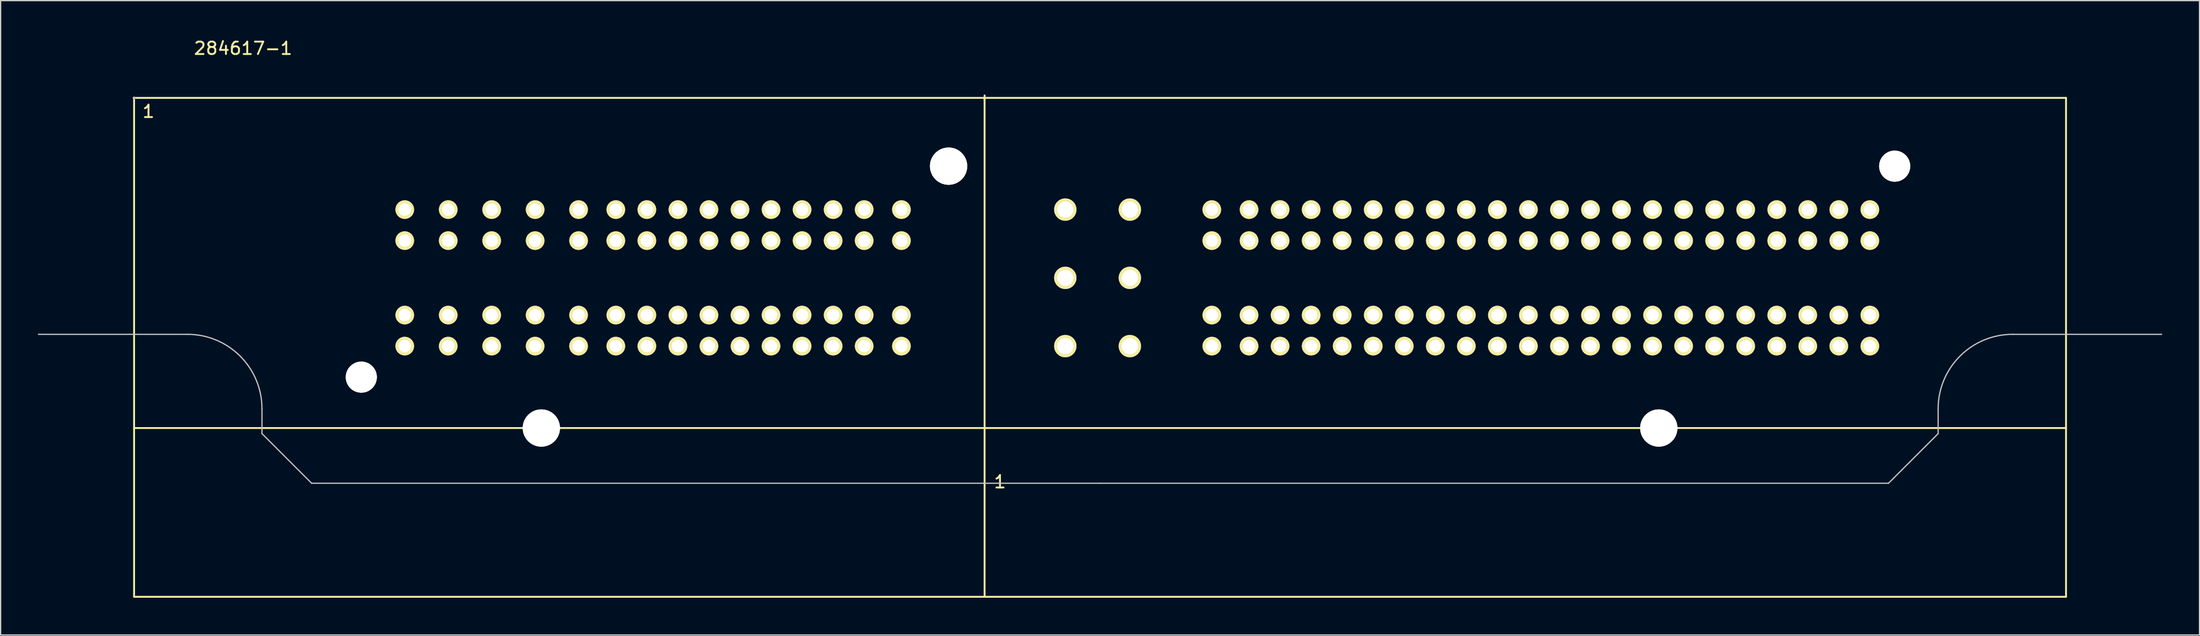
<source format=kicad_pcb>
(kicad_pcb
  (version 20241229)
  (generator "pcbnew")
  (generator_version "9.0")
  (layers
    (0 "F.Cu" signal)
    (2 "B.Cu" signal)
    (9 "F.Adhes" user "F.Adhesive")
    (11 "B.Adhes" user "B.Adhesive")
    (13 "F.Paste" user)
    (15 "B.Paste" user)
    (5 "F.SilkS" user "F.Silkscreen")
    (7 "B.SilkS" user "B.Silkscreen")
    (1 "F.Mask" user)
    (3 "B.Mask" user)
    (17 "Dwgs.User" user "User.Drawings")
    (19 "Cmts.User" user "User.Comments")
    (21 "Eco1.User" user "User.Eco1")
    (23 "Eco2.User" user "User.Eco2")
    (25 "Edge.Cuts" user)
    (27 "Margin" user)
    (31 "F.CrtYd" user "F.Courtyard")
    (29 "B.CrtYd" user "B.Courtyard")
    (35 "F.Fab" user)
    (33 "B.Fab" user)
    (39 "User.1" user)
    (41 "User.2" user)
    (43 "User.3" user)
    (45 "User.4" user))
  (footprint "284617-1"
    (layer "F.Cu")
    (at 7.75 4.838)
    (property "Reference" "284617-1" (at 8.78 -3.99 0) (layer "F.SilkS") (effects (font (size 1 1) (thickness 0.15))))
    (attr through_hole)
    (fp_line (start 0 0) (end 0 40.2) (stroke (width 0.15) (type solid)) (layer "F.SilkS"))
    (fp_line (start 0 0) (end 155.6 0) (stroke (width 0.15) (type solid)) (layer "F.SilkS"))
    (fp_line (start 0 26.6) (end 155.6 26.6) (stroke (width 0.15) (type solid)) (layer "F.SilkS"))
    (fp_line (start 0 40.2) (end 155.6 40.2) (stroke (width 0.15) (type solid)) (layer "F.SilkS"))
    (fp_line (start 68.5 -0.2) (end 68.5 0.2) (stroke (width 0.15) (type solid)) (layer "F.SilkS"))
    (fp_line (start 68.5 0) (end 68.5 40.2) (stroke (width 0.15) (type solid)) (layer "F.SilkS"))
    (fp_line (start 155.6 40.2) (end 155.6 0) (stroke (width 0.15) (type solid)) (layer "F.SilkS"))
    (fp_line (start 0 0) (end 0 0) (stroke (width 0.1) (type solid)) (layer "B.SilkS"))
    (fp_line (start 0 0) (end 0 0) (stroke (width 0.1) (type solid)) (layer "B.SilkS"))
    (fp_line (start 0 0) (end 0 0) (stroke (width 0.1) (type solid)) (layer "B.SilkS"))
    (fp_line (start 0 0) (end 0 0) (stroke (width 0.1) (type solid)) (layer "B.SilkS"))
    (fp_line (start 0 0) (end 0 0) (stroke (width 0.1) (type solid)) (layer "B.SilkS"))
    (fp_line (start 0 0) (end 0 0) (stroke (width 0.1) (type solid)) (layer "B.SilkS"))
    (fp_line (start 0 0) (end 0 0) (stroke (width 0.1) (type solid)) (layer "B.SilkS"))
    (fp_line (start 0 0) (end 0 0) (stroke (width 0.1) (type solid)) (layer "B.SilkS"))
    (fp_line (start 0 0) (end 0 0) (stroke (width 0.1) (type solid)) (layer "B.SilkS"))
    (fp_line (start 0 0) (end 0 0) (stroke (width 0.1) (type solid)) (layer "B.SilkS"))
    (fp_line (start 0 0) (end 0 0) (stroke (width 0.1) (type solid)) (layer "B.SilkS"))
    (fp_line (start 0 0) (end 0 0) (stroke (width 0.1) (type solid)) (layer "B.SilkS"))
    (fp_line (start 0 0) (end 0 0) (stroke (width 0.1) (type solid)) (layer "B.SilkS"))
    (fp_line (start 0 0) (end 0 0) (stroke (width 0.1) (type solid)) (layer "B.SilkS"))
    (fp_line (start 0 0) (end 0 0) (stroke (width 0.1) (type solid)) (layer "B.SilkS"))
    (fp_line (start 0 0) (end 0 0) (stroke (width 0.1) (type solid)) (layer "B.SilkS"))
    (fp_arc (start 0 0) (mid 0 0) (end 0 0) (stroke (width 0.1) (type solid)) (layer "B.SilkS"))
    (fp_arc (start 0 0) (mid 0 0) (end 0 0) (stroke (width 0.1) (type solid)) (layer "B.SilkS"))
    (fp_arc (start 0 0) (mid 0 0) (end 0 0) (stroke (width 0.1) (type solid)) (layer "B.SilkS"))
    (fp_arc (start 0 0) (mid 0 0) (end 0 0) (stroke (width 0.1) (type solid)) (layer "B.SilkS"))
    (fp_line (start -7.7 19.05) (end 4.3 19.05) (stroke (width 0.1) (type solid)) (layer "Dwgs.User"))
    (fp_line (start 0 0) (end 0 0) (stroke (width 0.1) (type solid)) (layer "Dwgs.User"))
    (fp_line (start 0 0) (end 0 0) (stroke (width 0.1) (type solid)) (layer "Dwgs.User"))
    (fp_line (start 0 0) (end 0 0) (stroke (width 0.1) (type solid)) (layer "Dwgs.User"))
    (fp_line (start 0 0) (end 0 0) (stroke (width 0.1) (type solid)) (layer "Dwgs.User"))
    (fp_line (start 0 0) (end 0 0) (stroke (width 0.1) (type solid)) (layer "Dwgs.User"))
    (fp_line (start 0 0) (end 0 0) (stroke (width 0.1) (type solid)) (layer "Dwgs.User"))
    (fp_line (start 0 0) (end 0 0) (stroke (width 0.1) (type solid)) (layer "Dwgs.User"))
    (fp_line (start 0 0) (end 0 0) (stroke (width 0.1) (type solid)) (layer "Dwgs.User"))
    (fp_line (start 0 0) (end 0 0) (stroke (width 0.1) (type solid)) (layer "Dwgs.User"))
    (fp_line (start 0 0) (end 0 0) (stroke (width 0.1) (type solid)) (layer "Dwgs.User"))
    (fp_line (start 0 0) (end 0 0) (stroke (width 0.1) (type solid)) (layer "Dwgs.User"))
    (fp_line (start 0 0) (end 0 0) (stroke (width 0.1) (type solid)) (layer "Dwgs.User"))
    (fp_line (start 0 0) (end 0 0) (stroke (width 0.1) (type solid)) (layer "Dwgs.User"))
    (fp_line (start 0 0) (end 0 0) (stroke (width 0.1) (type solid)) (layer "Dwgs.User"))
    (fp_line (start 0 0) (end 0 0) (stroke (width 0.1) (type solid)) (layer "Dwgs.User"))
    (fp_line (start 0 0) (end 0 0) (stroke (width 0.1) (type solid)) (layer "Dwgs.User"))
    (fp_line (start 10.3 25.05) (end 10.3 27.05) (stroke (width 0.1) (type solid)) (layer "Dwgs.User"))
    (fp_line (start 10.3 27.05) (end 14.3 31.05) (stroke (width 0.1) (type solid)) (layer "Dwgs.User"))
    (fp_line (start 14.3 31.05) (end 77.8 31.05) (stroke (width 0.1) (type solid)) (layer "Dwgs.User"))
    (fp_line (start 141.3 31.05) (end 77.8 31.05) (stroke (width 0.1) (type solid)) (layer "Dwgs.User"))
    (fp_line (start 145.3 25.05) (end 145.3 27.05) (stroke (width 0.1) (type solid)) (layer "Dwgs.User"))
    (fp_line (start 145.3 27.05) (end 141.3 31.05) (stroke (width 0.1) (type solid)) (layer "Dwgs.User"))
    (fp_line (start 163.3 19.05) (end 151.3 19.05) (stroke (width 0.1) (type solid)) (layer "Dwgs.User"))
    (fp_arc (start 0 0) (mid 0 0) (end 0 0) (stroke (width 0.1) (type solid)) (layer "Dwgs.User"))
    (fp_arc (start 0 0) (mid 0 0) (end 0 0) (stroke (width 0.1) (type solid)) (layer "Dwgs.User"))
    (fp_arc (start 0 0) (mid 0 0) (end 0 0) (stroke (width 0.1) (type solid)) (layer "Dwgs.User"))
    (fp_arc (start 0 0) (mid 0 0) (end 0 0) (stroke (width 0.1) (type solid)) (layer "Dwgs.User"))
    (fp_arc (start 4.310472 19.050009) (mid 8.546342 20.811063) (end 10.3 25.05) (stroke (width 0.1) (type solid)) (layer "Dwgs.User"))
    (fp_arc (start 145.3 25.05) (mid 147.057359 20.807359) (end 151.3 19.05) (stroke (width 0.1) (type solid)) (layer "Dwgs.User"))
    (fp_text user "1" (at 1.16 1.09 0) (layer "F.SilkS") (effects (font (size 1 1) (thickness 0.15))))
    (fp_text user "1" (at 69.74 30.935 0) (layer "F.SilkS") (effects (font (size 1 1) (thickness 0.15))))
    (pad "" thru_hole circle (at 18.3 22.5) (size 2.5 2.5) (drill 2.5) (layers "*.Cu" "*.Mask" "F.SilkS"))
    (pad "" thru_hole circle (at 32.8 26.6) (size 3 3) (drill 3) (layers "*.Cu" "*.Mask" "F.SilkS"))
    (pad "" thru_hole circle (at 65.6 5.5) (size 3 3) (drill 3) (layers "*.Cu" "*.Mask" "F.SilkS"))
    (pad "" thru_hole circle (at 122.8 26.6) (size 3 3) (drill 3) (layers "*.Cu" "*.Mask" "F.SilkS"))
    (pad "" thru_hole circle (at 141.8 5.5) (size 2.5 2.5) (drill 2.5) (layers "*.Cu" "*.Mask" "F.SilkS"))
    (pad "1" thru_hole circle (at 21.8 20) (size 1.5 1.5) (drill 1) (layers "*.Cu" "*.Mask" "F.SilkS"))
    (pad "2" thru_hole circle (at 25.3 20) (size 1.5 1.5) (drill 1) (layers "*.Cu" "*.Mask" "F.SilkS"))
    (pad "3" thru_hole circle (at 28.8 20) (size 1.5 1.5) (drill 1) (layers "*.Cu" "*.Mask" "F.SilkS"))
    (pad "4" thru_hole circle (at 32.3 20) (size 1.5 1.5) (drill 1) (layers "*.Cu" "*.Mask" "F.SilkS"))
    (pad "5" thru_hole circle (at 35.8 20) (size 1.5 1.5) (drill 1) (layers "*.Cu" "*.Mask" "F.SilkS"))
    (pad "6" thru_hole circle (at 38.8 20) (size 1.5 1.5) (drill 1) (layers "*.Cu" "*.Mask" "F.SilkS"))
    (pad "7" thru_hole circle (at 41.3 20) (size 1.5 1.5) (drill 1) (layers "*.Cu" "*.Mask" "F.SilkS"))
    (pad "8" thru_hole circle (at 43.8 20) (size 1.5 1.5) (drill 1) (layers "*.Cu" "*.Mask" "F.SilkS"))
    (pad "9" thru_hole circle (at 46.3 20) (size 1.5 1.5) (drill 1) (layers "*.Cu" "*.Mask" "F.SilkS"))
    (pad "10" thru_hole circle (at 48.8 20) (size 1.5 1.5) (drill 1) (layers "*.Cu" "*.Mask" "F.SilkS"))
    (pad "11" thru_hole circle (at 51.3 20) (size 1.5 1.5) (drill 1) (layers "*.Cu" "*.Mask" "F.SilkS"))
    (pad "12" thru_hole circle (at 53.8 20) (size 1.5 1.5) (drill 1) (layers "*.Cu" "*.Mask" "F.SilkS"))
    (pad "13" thru_hole circle (at 56.3 20) (size 1.5 1.5) (drill 1) (layers "*.Cu" "*.Mask" "F.SilkS"))
    (pad "14" thru_hole circle (at 58.8 20) (size 1.5 1.5) (drill 1) (layers "*.Cu" "*.Mask" "F.SilkS"))
    (pad "15" thru_hole circle (at 61.8 20) (size 1.5 1.5) (drill 1) (layers "*.Cu" "*.Mask" "F.SilkS"))
    (pad "16" thru_hole circle (at 21.8 17.5) (size 1.5 1.5) (drill 1) (layers "*.Cu" "*.Mask" "F.SilkS"))
    (pad "17" thru_hole circle (at 25.3 17.5) (size 1.5 1.5) (drill 1) (layers "*.Cu" "*.Mask" "F.SilkS"))
    (pad "18" thru_hole circle (at 28.8 17.5) (size 1.5 1.5) (drill 1) (layers "*.Cu" "*.Mask" "F.SilkS"))
    (pad "19" thru_hole circle (at 32.3 17.5) (size 1.5 1.5) (drill 1) (layers "*.Cu" "*.Mask" "F.SilkS"))
    (pad "20" thru_hole circle (at 35.8 17.5) (size 1.5 1.5) (drill 1) (layers "*.Cu" "*.Mask" "F.SilkS"))
    (pad "21" thru_hole circle (at 38.8 17.5) (size 1.5 1.5) (drill 1) (layers "*.Cu" "*.Mask" "F.SilkS"))
    (pad "22" thru_hole circle (at 41.3 17.5) (size 1.5 1.5) (drill 1) (layers "*.Cu" "*.Mask" "F.SilkS"))
    (pad "23" thru_hole circle (at 43.8 17.5) (size 1.5 1.5) (drill 1) (layers "*.Cu" "*.Mask" "F.SilkS"))
    (pad "24" thru_hole circle (at 46.3 17.5) (size 1.5 1.5) (drill 1) (layers "*.Cu" "*.Mask" "F.SilkS"))
    (pad "25" thru_hole circle (at 48.8 17.5) (size 1.5 1.5) (drill 1) (layers "*.Cu" "*.Mask" "F.SilkS"))
    (pad "26" thru_hole circle (at 51.3 17.5) (size 1.5 1.5) (drill 1) (layers "*.Cu" "*.Mask" "F.SilkS"))
    (pad "27" thru_hole circle (at 53.8 17.5) (size 1.5 1.5) (drill 1) (layers "*.Cu" "*.Mask" "F.SilkS"))
    (pad "28" thru_hole circle (at 56.3 17.5) (size 1.5 1.5) (drill 1) (layers "*.Cu" "*.Mask" "F.SilkS"))
    (pad "29" thru_hole circle (at 58.8 17.5) (size 1.5 1.5) (drill 1) (layers "*.Cu" "*.Mask" "F.SilkS"))
    (pad "30" thru_hole circle (at 61.8 17.5) (size 1.5 1.5) (drill 1) (layers "*.Cu" "*.Mask" "F.SilkS"))
    (pad "31" thru_hole circle (at 21.8 11.5) (size 1.5 1.5) (drill 1) (layers "*.Cu" "*.Mask" "F.SilkS"))
    (pad "32" thru_hole circle (at 25.3 11.5) (size 1.5 1.5) (drill 1) (layers "*.Cu" "*.Mask" "F.SilkS"))
    (pad "33" thru_hole circle (at 28.8 11.5) (size 1.5 1.5) (drill 1) (layers "*.Cu" "*.Mask" "F.SilkS"))
    (pad "34" thru_hole circle (at 32.3 11.5) (size 1.5 1.5) (drill 1) (layers "*.Cu" "*.Mask" "F.SilkS"))
    (pad "35" thru_hole circle (at 35.8 11.5) (size 1.5 1.5) (drill 1) (layers "*.Cu" "*.Mask" "F.SilkS"))
    (pad "36" thru_hole circle (at 38.8 11.5) (size 1.5 1.5) (drill 1) (layers "*.Cu" "*.Mask" "F.SilkS"))
    (pad "37" thru_hole circle (at 41.3 11.5) (size 1.5 1.5) (drill 1) (layers "*.Cu" "*.Mask" "F.SilkS"))
    (pad "38" thru_hole circle (at 43.8 11.5) (size 1.5 1.5) (drill 1) (layers "*.Cu" "*.Mask" "F.SilkS"))
    (pad "39" thru_hole circle (at 46.3 11.5) (size 1.5 1.5) (drill 1) (layers "*.Cu" "*.Mask" "F.SilkS"))
    (pad "40" thru_hole circle (at 48.8 11.5) (size 1.5 1.5) (drill 1) (layers "*.Cu" "*.Mask" "F.SilkS"))
    (pad "41" thru_hole circle (at 51.3 11.5) (size 1.5 1.5) (drill 1) (layers "*.Cu" "*.Mask" "F.SilkS"))
    (pad "42" thru_hole circle (at 53.8 11.5) (size 1.5 1.5) (drill 1) (layers "*.Cu" "*.Mask" "F.SilkS"))
    (pad "43" thru_hole circle (at 56.3 11.5) (size 1.5 1.5) (drill 1) (layers "*.Cu" "*.Mask" "F.SilkS"))
    (pad "44" thru_hole circle (at 58.8 11.5) (size 1.5 1.5) (drill 1) (layers "*.Cu" "*.Mask" "F.SilkS"))
    (pad "45" thru_hole circle (at 61.8 11.5) (size 1.5 1.5) (drill 1) (layers "*.Cu" "*.Mask" "F.SilkS"))
    (pad "46" thru_hole circle (at 21.8 9) (size 1.5 1.5) (drill 1) (layers "*.Cu" "*.Mask" "F.SilkS"))
    (pad "47" thru_hole circle (at 25.3 9) (size 1.5 1.5) (drill 1) (layers "*.Cu" "*.Mask" "F.SilkS"))
    (pad "48" thru_hole circle (at 28.8 9) (size 1.5 1.5) (drill 1) (layers "*.Cu" "*.Mask" "F.SilkS"))
    (pad "49" thru_hole circle (at 32.3 9) (size 1.5 1.5) (drill 1) (layers "*.Cu" "*.Mask" "F.SilkS"))
    (pad "50" thru_hole circle (at 35.8 9) (size 1.5 1.5) (drill 1) (layers "*.Cu" "*.Mask" "F.SilkS"))
    (pad "51" thru_hole circle (at 38.8 9) (size 1.5 1.5) (drill 1) (layers "*.Cu" "*.Mask" "F.SilkS"))
    (pad "52" thru_hole circle (at 41.3 9) (size 1.5 1.5) (drill 1) (layers "*.Cu" "*.Mask" "F.SilkS"))
    (pad "53" thru_hole circle (at 43.8 9) (size 1.5 1.5) (drill 1) (layers "*.Cu" "*.Mask" "F.SilkS"))
    (pad "54" thru_hole circle (at 46.3 9) (size 1.5 1.5) (drill 1) (layers "*.Cu" "*.Mask" "F.SilkS"))
    (pad "55" thru_hole circle (at 48.8 9) (size 1.5 1.5) (drill 1) (layers "*.Cu" "*.Mask" "F.SilkS"))
    (pad "56" thru_hole circle (at 51.3 9) (size 1.5 1.5) (drill 1) (layers "*.Cu" "*.Mask" "F.SilkS"))
    (pad "57" thru_hole circle (at 53.8 9) (size 1.5 1.5) (drill 1) (layers "*.Cu" "*.Mask" "F.SilkS"))
    (pad "58" thru_hole circle (at 56.3 9) (size 1.5 1.5) (drill 1) (layers "*.Cu" "*.Mask" "F.SilkS"))
    (pad "59" thru_hole circle (at 58.8 9) (size 1.5 1.5) (drill 1) (layers "*.Cu" "*.Mask" "F.SilkS"))
    (pad "60" thru_hole circle (at 61.8 9) (size 1.5 1.5) (drill 1) (layers "*.Cu" "*.Mask" "F.SilkS"))
    (pad "61" thru_hole circle (at 75 20) (size 1.8 1.8) (drill 1.3) (layers "*.Cu" "*.Mask" "F.SilkS"))
    (pad "62" thru_hole circle (at 80.2 20) (size 1.8 1.8) (drill 1.3) (layers "*.Cu" "*.Mask" "F.SilkS"))
    (pad "63" thru_hole circle (at 75 14.5) (size 1.8 1.8) (drill 1.3) (layers "*.Cu" "*.Mask" "F.SilkS"))
    (pad "64" thru_hole circle (at 80.2 14.5) (size 1.8 1.8) (drill 1.3) (layers "*.Cu" "*.Mask" "F.SilkS"))
    (pad "65" thru_hole circle (at 75 9) (size 1.8 1.8) (drill 1.3) (layers "*.Cu" "*.Mask" "F.SilkS"))
    (pad "66" thru_hole circle (at 80.2 9) (size 1.8 1.8) (drill 1.3) (layers "*.Cu" "*.Mask" "F.SilkS"))
    (pad "67" thru_hole circle (at 86.8 20) (size 1.5 1.5) (drill 1) (layers "*.Cu" "*.Mask" "F.SilkS"))
    (pad "68" thru_hole circle (at 89.8 20) (size 1.5 1.5) (drill 1) (layers "*.Cu" "*.Mask" "F.SilkS"))
    (pad "69" thru_hole circle (at 92.3 20) (size 1.5 1.5) (drill 1) (layers "*.Cu" "*.Mask" "F.SilkS"))
    (pad "70" thru_hole circle (at 94.8 20) (size 1.5 1.5) (drill 1) (layers "*.Cu" "*.Mask" "F.SilkS"))
    (pad "71" thru_hole circle (at 97.3 20) (size 1.5 1.5) (drill 1) (layers "*.Cu" "*.Mask" "F.SilkS"))
    (pad "72" thru_hole circle (at 99.8 20) (size 1.5 1.5) (drill 1) (layers "*.Cu" "*.Mask" "F.SilkS"))
    (pad "73" thru_hole circle (at 102.3 20) (size 1.5 1.5) (drill 1) (layers "*.Cu" "*.Mask" "F.SilkS"))
    (pad "74" thru_hole circle (at 104.8 20) (size 1.5 1.5) (drill 1) (layers "*.Cu" "*.Mask" "F.SilkS"))
    (pad "75" thru_hole circle (at 107.3 20) (size 1.5 1.5) (drill 1) (layers "*.Cu" "*.Mask" "F.SilkS"))
    (pad "76" thru_hole circle (at 109.8 20) (size 1.5 1.5) (drill 1) (layers "*.Cu" "*.Mask" "F.SilkS"))
    (pad "77" thru_hole circle (at 112.3 20) (size 1.5 1.5) (drill 1) (layers "*.Cu" "*.Mask" "F.SilkS"))
    (pad "78" thru_hole circle (at 114.8 20) (size 1.5 1.5) (drill 1) (layers "*.Cu" "*.Mask" "F.SilkS"))
    (pad "79" thru_hole circle (at 117.3 20) (size 1.5 1.5) (drill 1) (layers "*.Cu" "*.Mask" "F.SilkS"))
    (pad "80" thru_hole circle (at 119.8 20) (size 1.5 1.5) (drill 1) (layers "*.Cu" "*.Mask" "F.SilkS"))
    (pad "81" thru_hole circle (at 122.3 20) (size 1.5 1.5) (drill 1) (layers "*.Cu" "*.Mask" "F.SilkS"))
    (pad "82" thru_hole circle (at 124.8 20) (size 1.5 1.5) (drill 1) (layers "*.Cu" "*.Mask" "F.SilkS"))
    (pad "83" thru_hole circle (at 127.3 20) (size 1.5 1.5) (drill 1) (layers "*.Cu" "*.Mask" "F.SilkS"))
    (pad "84" thru_hole circle (at 129.8 20) (size 1.5 1.5) (drill 1) (layers "*.Cu" "*.Mask" "F.SilkS"))
    (pad "85" thru_hole circle (at 132.3 20) (size 1.5 1.5) (drill 1) (layers "*.Cu" "*.Mask" "F.SilkS"))
    (pad "86" thru_hole circle (at 134.8 20) (size 1.5 1.5) (drill 1) (layers "*.Cu" "*.Mask" "F.SilkS"))
    (pad "87" thru_hole circle (at 137.3 20) (size 1.5 1.5) (drill 1) (layers "*.Cu" "*.Mask" "F.SilkS"))
    (pad "88" thru_hole circle (at 139.8 20) (size 1.5 1.5) (drill 1) (layers "*.Cu" "*.Mask" "F.SilkS"))
    (pad "89" thru_hole circle (at 86.8 17.5) (size 1.5 1.5) (drill 1) (layers "*.Cu" "*.Mask" "F.SilkS"))
    (pad "90" thru_hole circle (at 89.8 17.5) (size 1.5 1.5) (drill 1) (layers "*.Cu" "*.Mask" "F.SilkS"))
    (pad "91" thru_hole circle (at 92.3 17.5) (size 1.5 1.5) (drill 1) (layers "*.Cu" "*.Mask" "F.SilkS"))
    (pad "92" thru_hole circle (at 94.8 17.5) (size 1.5 1.5) (drill 1) (layers "*.Cu" "*.Mask" "F.SilkS"))
    (pad "93" thru_hole circle (at 97.3 17.5) (size 1.5 1.5) (drill 1) (layers "*.Cu" "*.Mask" "F.SilkS"))
    (pad "94" thru_hole circle (at 99.8 17.5) (size 1.5 1.5) (drill 1) (layers "*.Cu" "*.Mask" "F.SilkS"))
    (pad "95" thru_hole circle (at 102.3 17.5) (size 1.5 1.5) (drill 1) (layers "*.Cu" "*.Mask" "F.SilkS"))
    (pad "96" thru_hole circle (at 104.8 17.5) (size 1.5 1.5) (drill 1) (layers "*.Cu" "*.Mask" "F.SilkS"))
    (pad "97" thru_hole circle (at 107.3 17.5) (size 1.5 1.5) (drill 1) (layers "*.Cu" "*.Mask" "F.SilkS"))
    (pad "98" thru_hole circle (at 109.8 17.5) (size 1.5 1.5) (drill 1) (layers "*.Cu" "*.Mask" "F.SilkS"))
    (pad "99" thru_hole circle (at 112.3 17.5) (size 1.5 1.5) (drill 1) (layers "*.Cu" "*.Mask" "F.SilkS"))
    (pad "100" thru_hole circle (at 114.8 17.5) (size 1.5 1.5) (drill 1) (layers "*.Cu" "*.Mask" "F.SilkS"))
    (pad "101" thru_hole circle (at 117.3 17.5) (size 1.5 1.5) (drill 1) (layers "*.Cu" "*.Mask" "F.SilkS"))
    (pad "102" thru_hole circle (at 119.8 17.5) (size 1.5 1.5) (drill 1) (layers "*.Cu" "*.Mask" "F.SilkS"))
    (pad "103" thru_hole circle (at 122.3 17.5) (size 1.5 1.5) (drill 1) (layers "*.Cu" "*.Mask" "F.SilkS"))
    (pad "104" thru_hole circle (at 124.8 17.5) (size 1.5 1.5) (drill 1) (layers "*.Cu" "*.Mask" "F.SilkS"))
    (pad "105" thru_hole circle (at 127.3 17.5) (size 1.5 1.5) (drill 1) (layers "*.Cu" "*.Mask" "F.SilkS"))
    (pad "106" thru_hole circle (at 129.8 17.5) (size 1.5 1.5) (drill 1) (layers "*.Cu" "*.Mask" "F.SilkS"))
    (pad "107" thru_hole circle (at 132.3 17.5) (size 1.5 1.5) (drill 1) (layers "*.Cu" "*.Mask" "F.SilkS"))
    (pad "108" thru_hole circle (at 134.8 17.5) (size 1.5 1.5) (drill 1) (layers "*.Cu" "*.Mask" "F.SilkS"))
    (pad "109" thru_hole circle (at 137.3 17.5) (size 1.5 1.5) (drill 1) (layers "*.Cu" "*.Mask" "F.SilkS"))
    (pad "110" thru_hole circle (at 139.8 17.5) (size 1.5 1.5) (drill 1) (layers "*.Cu" "*.Mask" "F.SilkS"))
    (pad "111" thru_hole circle (at 86.8 11.5) (size 1.5 1.5) (drill 1) (layers "*.Cu" "*.Mask" "F.SilkS"))
    (pad "112" thru_hole circle (at 89.8 11.5) (size 1.5 1.5) (drill 1) (layers "*.Cu" "*.Mask" "F.SilkS"))
    (pad "113" thru_hole circle (at 92.3 11.5) (size 1.5 1.5) (drill 1) (layers "*.Cu" "*.Mask" "F.SilkS"))
    (pad "114" thru_hole circle (at 94.8 11.5) (size 1.5 1.5) (drill 1) (layers "*.Cu" "*.Mask" "F.SilkS"))
    (pad "115" thru_hole circle (at 97.3 11.5) (size 1.5 1.5) (drill 1) (layers "*.Cu" "*.Mask" "F.SilkS"))
    (pad "116" thru_hole circle (at 99.8 11.5) (size 1.5 1.5) (drill 1) (layers "*.Cu" "*.Mask" "F.SilkS"))
    (pad "117" thru_hole circle (at 102.3 11.5) (size 1.5 1.5) (drill 1) (layers "*.Cu" "*.Mask" "F.SilkS"))
    (pad "118" thru_hole circle (at 104.8 11.5) (size 1.5 1.5) (drill 1) (layers "*.Cu" "*.Mask" "F.SilkS"))
    (pad "119" thru_hole circle (at 107.3 11.5) (size 1.5 1.5) (drill 1) (layers "*.Cu" "*.Mask" "F.SilkS"))
    (pad "120" thru_hole circle (at 109.8 11.5) (size 1.5 1.5) (drill 1) (layers "*.Cu" "*.Mask" "F.SilkS"))
    (pad "121" thru_hole circle (at 112.3 11.5) (size 1.5 1.5) (drill 1) (layers "*.Cu" "*.Mask" "F.SilkS"))
    (pad "122" thru_hole circle (at 114.8 11.5) (size 1.5 1.5) (drill 1) (layers "*.Cu" "*.Mask" "F.SilkS"))
    (pad "123" thru_hole circle (at 117.3 11.5) (size 1.5 1.5) (drill 1) (layers "*.Cu" "*.Mask" "F.SilkS"))
    (pad "124" thru_hole circle (at 119.8 11.5) (size 1.5 1.5) (drill 1) (layers "*.Cu" "*.Mask" "F.SilkS"))
    (pad "125" thru_hole circle (at 122.3 11.5) (size 1.5 1.5) (drill 1) (layers "*.Cu" "*.Mask" "F.SilkS"))
    (pad "126" thru_hole circle (at 124.8 11.5) (size 1.5 1.5) (drill 1) (layers "*.Cu" "*.Mask" "F.SilkS"))
    (pad "127" thru_hole circle (at 127.3 11.5) (size 1.5 1.5) (drill 1) (layers "*.Cu" "*.Mask" "F.SilkS"))
    (pad "128" thru_hole circle (at 129.8 11.5) (size 1.5 1.5) (drill 1) (layers "*.Cu" "*.Mask" "F.SilkS"))
    (pad "129" thru_hole circle (at 132.3 11.5) (size 1.5 1.5) (drill 1) (layers "*.Cu" "*.Mask" "F.SilkS"))
    (pad "130" thru_hole circle (at 134.8 11.5) (size 1.5 1.5) (drill 1) (layers "*.Cu" "*.Mask" "F.SilkS"))
    (pad "131" thru_hole circle (at 137.3 11.5) (size 1.5 1.5) (drill 1) (layers "*.Cu" "*.Mask" "F.SilkS"))
    (pad "132" thru_hole circle (at 139.8 11.5) (size 1.5 1.5) (drill 1) (layers "*.Cu" "*.Mask" "F.SilkS"))
    (pad "133" thru_hole circle (at 86.8 9) (size 1.5 1.5) (drill 1) (layers "*.Cu" "*.Mask" "F.SilkS"))
    (pad "134" thru_hole circle (at 89.8 9) (size 1.5 1.5) (drill 1) (layers "*.Cu" "*.Mask" "F.SilkS"))
    (pad "135" thru_hole circle (at 92.3 9) (size 1.5 1.5) (drill 1) (layers "*.Cu" "*.Mask" "F.SilkS"))
    (pad "136" thru_hole circle (at 94.8 9) (size 1.5 1.5) (drill 1) (layers "*.Cu" "*.Mask" "F.SilkS"))
    (pad "137" thru_hole circle (at 97.3 9) (size 1.5 1.5) (drill 1) (layers "*.Cu" "*.Mask" "F.SilkS"))
    (pad "138" thru_hole circle (at 99.8 9) (size 1.5 1.5) (drill 1) (layers "*.Cu" "*.Mask" "F.SilkS"))
    (pad "139" thru_hole circle (at 102.3 9) (size 1.5 1.5) (drill 1) (layers "*.Cu" "*.Mask" "F.SilkS"))
    (pad "140" thru_hole circle (at 104.8 9) (size 1.5 1.5) (drill 1) (layers "*.Cu" "*.Mask" "F.SilkS"))
    (pad "141" thru_hole circle (at 107.3 9) (size 1.5 1.5) (drill 1) (layers "*.Cu" "*.Mask" "F.SilkS"))
    (pad "142" thru_hole circle (at 109.8 9) (size 1.5 1.5) (drill 1) (layers "*.Cu" "*.Mask" "F.SilkS"))
    (pad "143" thru_hole circle (at 112.3 9) (size 1.5 1.5) (drill 1) (layers "*.Cu" "*.Mask" "F.SilkS"))
    (pad "144" thru_hole circle (at 114.8 9) (size 1.5 1.5) (drill 1) (layers "*.Cu" "*.Mask" "F.SilkS"))
    (pad "145" thru_hole circle (at 117.3 9) (size 1.5 1.5) (drill 1) (layers "*.Cu" "*.Mask" "F.SilkS"))
    (pad "146" thru_hole circle (at 119.8 9) (size 1.5 1.5) (drill 1) (layers "*.Cu" "*.Mask" "F.SilkS"))
    (pad "147" thru_hole circle (at 122.3 9) (size 1.5 1.5) (drill 1) (layers "*.Cu" "*.Mask" "F.SilkS"))
    (pad "148" thru_hole circle (at 124.8 9) (size 1.5 1.5) (drill 1) (layers "*.Cu" "*.Mask" "F.SilkS"))
    (pad "149" thru_hole circle (at 127.3 9) (size 1.5 1.5) (drill 1) (layers "*.Cu" "*.Mask" "F.SilkS"))
    (pad "150" thru_hole circle (at 129.8 9) (size 1.5 1.5) (drill 1) (layers "*.Cu" "*.Mask" "F.SilkS"))
    (pad "151" thru_hole circle (at 132.3 9) (size 1.5 1.5) (drill 1) (layers "*.Cu" "*.Mask" "F.SilkS"))
    (pad "152" thru_hole circle (at 134.8 9) (size 1.5 1.5) (drill 1) (layers "*.Cu" "*.Mask" "F.SilkS"))
    (pad "153" thru_hole circle (at 137.3 9) (size 1.5 1.5) (drill 1) (layers "*.Cu" "*.Mask" "F.SilkS"))
    (pad "154" thru_hole circle (at 139.8 9) (size 1.5 1.5) (drill 1) (layers "*.Cu" "*.Mask" "F.SilkS")))
  (gr_rect
    (start -3 -3)
    (end 174.1 48.113)
    (stroke (width 0.1) (type default))
    (fill no)
    (layer "Edge.Cuts")))
</source>
